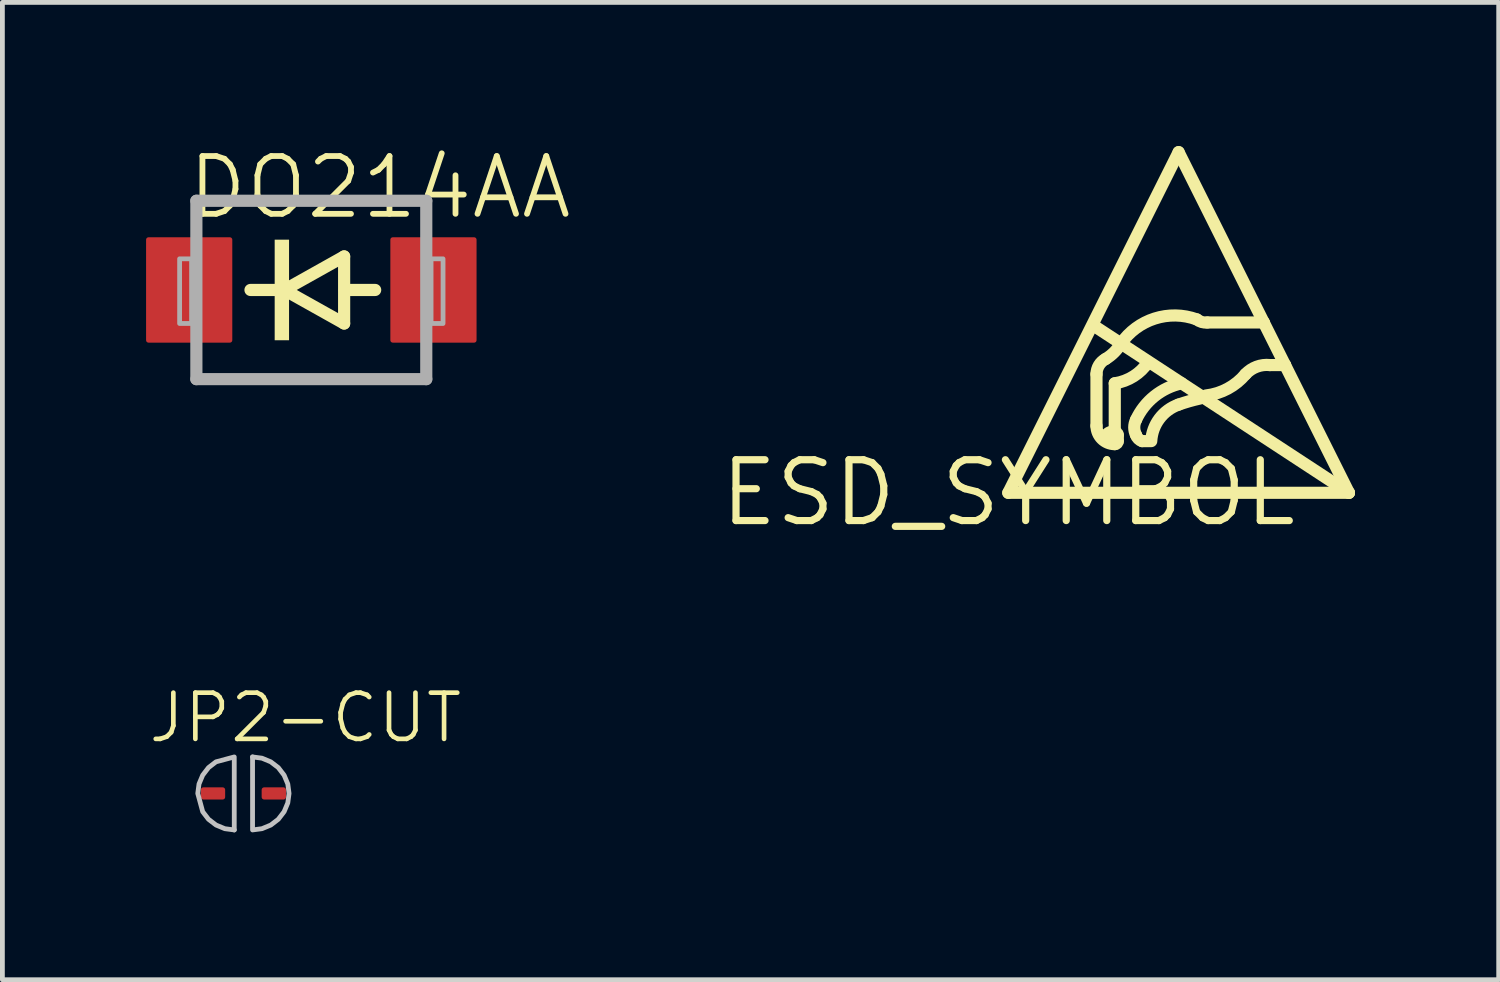
<source format=kicad_pcb>
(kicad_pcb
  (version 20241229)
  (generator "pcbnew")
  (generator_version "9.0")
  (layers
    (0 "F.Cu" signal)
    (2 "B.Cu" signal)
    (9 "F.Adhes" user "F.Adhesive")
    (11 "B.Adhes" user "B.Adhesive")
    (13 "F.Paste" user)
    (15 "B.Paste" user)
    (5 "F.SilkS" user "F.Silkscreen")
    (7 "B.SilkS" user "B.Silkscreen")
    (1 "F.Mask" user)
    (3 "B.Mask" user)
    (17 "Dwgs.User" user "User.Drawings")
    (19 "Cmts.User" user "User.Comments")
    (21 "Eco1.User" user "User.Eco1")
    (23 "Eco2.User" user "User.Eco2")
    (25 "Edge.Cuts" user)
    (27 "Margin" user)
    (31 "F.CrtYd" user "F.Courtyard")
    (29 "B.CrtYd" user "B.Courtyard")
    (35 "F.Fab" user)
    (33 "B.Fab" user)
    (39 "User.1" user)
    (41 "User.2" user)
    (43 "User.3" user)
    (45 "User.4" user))
  (footprint "ESD_SYMBOL"
    (layer "F.Cu")
    (at 18.002 7.239)
    (property "Reference" "ESD_SYMBOL" (at 0 0 0) (layer "F.SilkS") (effects (font (size 1.27 1.27) (thickness 0.15))))
    (attr through_hole)
    (fp_line (start 0 0) (end 7.112 0) (stroke (width 0.254) (type solid)) (layer "F.SilkS"))
    (fp_line (start 1.778 -3.493) (end 7.112 0) (stroke (width 0.254) (type solid)) (layer "F.SilkS"))
    (fp_line (start 1.841 -2.477) (end 1.841 -1.397) (stroke (width 0.254) (type solid)) (layer "F.SilkS"))
    (fp_line (start 2.223 -1.27) (end 2.159 -1.27) (stroke (width 0.254) (type solid)) (layer "F.SilkS"))
    (fp_line (start 2.223 -1.27) (end 2.223 -2.286) (stroke (width 0.254) (type solid)) (layer "F.SilkS"))
    (fp_line (start 2.286 -1.079) (end 2.286 -1.206) (stroke (width 0.254) (type solid)) (layer "F.SilkS"))
    (fp_line (start 2.794 -1.079) (end 2.946 -1.079) (stroke (width 0.254) (type solid)) (layer "F.SilkS"))
    (fp_line (start 3.556 -7.112) (end 0 0) (stroke (width 0.254) (type solid)) (layer "F.SilkS"))
    (fp_line (start 4.154 -3.556) (end 5.334 -3.556) (stroke (width 0.254) (type solid)) (layer "F.SilkS"))
    (fp_line (start 5.334 -3.556) (end 3.556 -7.112) (stroke (width 0.254) (type solid)) (layer "F.SilkS"))
    (fp_line (start 5.779 -2.667) (end 5.334 -3.556) (stroke (width 0.254) (type solid)) (layer "F.SilkS"))
    (fp_line (start 5.779 -2.667) (end 5.461 -2.667) (stroke (width 0.254) (type solid)) (layer "F.SilkS"))
    (fp_line (start 7.112 0) (end 5.779 -2.667) (stroke (width 0.254) (type solid)) (layer "F.SilkS"))
    (fp_arc (start 1.841499 -2.476499) (mid 1.892745 -2.661652) (end 2.032 -2.794) (stroke (width 0.254) (type solid)) (layer "F.SilkS"))
    (fp_arc (start 2.032 -1.143) (mid 2.069197 -1.232803) (end 2.159 -1.27) (stroke (width 0.254) (type solid)) (layer "F.SilkS"))
    (fp_arc (start 2.2225 -1.27) (mid 2.267401 -1.251401) (end 2.286 -1.2065) (stroke (width 0.254) (type solid)) (layer "F.SilkS"))
    (fp_arc (start 2.2225 -1.016) (mid 1.953092 -1.127592) (end 1.8415 -1.397) (stroke (width 0.254) (type solid)) (layer "F.SilkS"))
    (fp_arc (start 2.285999 -1.079499) (mid 2.26743 -1.034569) (end 2.2225 -1.016) (stroke (width 0.254) (type solid)) (layer "F.SilkS"))
    (fp_arc (start 2.3495 -3.1115) (mid 2.210301 -2.933199) (end 2.032 -2.794) (stroke (width 0.254) (type solid)) (layer "F.SilkS"))
    (fp_arc (start 2.3495 -3.1115) (mid 3.056084 -3.637891) (end 3.936999 -3.619499) (stroke (width 0.254) (type solid)) (layer "F.SilkS"))
    (fp_arc (start 2.666999 -1.524) (mid 3.053291 -2.017449) (end 3.6195 -2.286) (stroke (width 0.254) (type solid)) (layer "F.SilkS"))
    (fp_arc (start 2.667 -1.2065) (mid 2.629535 -1.36525) (end 2.667 -1.524) (stroke (width 0.254) (type solid)) (layer "F.SilkS"))
    (fp_arc (start 2.794 -1.0795) (mid 2.71551 -1.12801) (end 2.667 -1.2065) (stroke (width 0.254) (type solid)) (layer "F.SilkS"))
    (fp_arc (start 2.921 -2.7305) (mid 2.61894 -2.434094) (end 2.2225 -2.285999) (stroke (width 0.254) (type solid)) (layer "F.SilkS"))
    (fp_arc (start 2.984499 -1.079501) (mid 3.15485 -1.54705) (end 3.556 -1.8415) (stroke (width 0.254) (type solid)) (layer "F.SilkS"))
    (fp_arc (start 3.556 -1.8415) (mid 3.776318 -1.911761) (end 4.0005 -1.9685) (stroke (width 0.254) (type solid)) (layer "F.SilkS"))
    (fp_arc (start 4.153799 -3.556) (mid 4.039085 -3.566192) (end 3.937 -3.6195) (stroke (width 0.254) (type solid)) (layer "F.SilkS"))
    (fp_arc (start 4.952999 -2.4765) (mid 5.184516 -2.631706) (end 5.461 -2.667) (stroke (width 0.254) (type solid)) (layer "F.SilkS"))
    (fp_arc (start 4.953 -2.4765) (mid 4.583049 -2.174767) (end 4.1275 -2.032) (stroke (width 0.254) (type solid)) (layer "F.SilkS")))
  (footprint "DO214AA"
    (layer "F.Cu")
    (at 3.45 3.004)
    (property "Reference" "DO214AA" (at -2.64 -1.436 0) (layer "F.SilkS") (effects (font (size 1.206 1.206) (thickness 0.121)) (justify left bottom)))
    (attr through_hole)
    (fp_line (start -0.635 0) (end -1.27 0) (stroke (width 0.254) (type solid)) (layer "F.SilkS"))
    (fp_line (start -0.565 0) (end 0.685 -0.7) (stroke (width 0.254) (type solid)) (layer "F.SilkS"))
    (fp_line (start 0.685 -0.7) (end 0.685 0.7) (stroke (width 0.254) (type solid)) (layer "F.SilkS"))
    (fp_line (start 0.685 0.7) (end -0.565 0) (stroke (width 0.254) (type solid)) (layer "F.SilkS"))
    (fp_line (start 1.333 0) (end 0.699 0) (stroke (width 0.254) (type solid)) (layer "F.SilkS"))
    (fp_poly (pts (xy -0.765 1.05) (xy -0.465 1.05) (xy -0.465 -1.05) (xy -0.765 -1.05)) (stroke (width 0) (type solid)) (fill yes) (layer "F.SilkS"))
    (fp_line (start -2.4 -1.862) (end 2.4 -1.862) (stroke (width 0.254) (type solid)) (layer "F.Fab"))
    (fp_line (start -2.4 1.862) (end -2.4 -1.862) (stroke (width 0.254) (type solid)) (layer "F.Fab"))
    (fp_line (start 2.4 -1.862) (end 2.4 1.862) (stroke (width 0.254) (type solid)) (layer "F.Fab"))
    (fp_line (start 2.4 1.862) (end -2.4 1.862) (stroke (width 0.254) (type solid)) (layer "F.Fab"))
    (fp_poly (pts (xy -2.75 0.7) (xy -2.5 0.7) (xy -2.5 -0.65) (xy -2.75 -0.65)) (stroke (width 0.1) (type solid)) (fill no) (layer "F.Fab"))
    (fp_poly (pts (xy 2.5 0.7) (xy 2.75 0.7) (xy 2.75 -0.65) (xy 2.5 -0.65)) (stroke (width 0.1) (type solid)) (fill no) (layer "F.Fab"))
    (pad "A" smd roundrect (at 2.55 0) (size 1.8 2.2) (layers "F.Cu" "F.Mask" "F.Paste") (roundrect_rratio 0.028))
    (pad "C" smd roundrect (at -2.55 0) (size 1.8 2.2) (layers "F.Cu" "F.Mask" "F.Paste") (roundrect_rratio 0.028)))
  (footprint "JP2-CUT"
    (layer "F.Cu")
    (at 2.032 13.516)
    (property "Reference" "JP2-CUT" (at -2.032 -1.016 0) (layer "F.SilkS") (effects (font (size 0.965 0.965) (thickness 0.097)) (justify left bottom)))
    (attr through_hole)
    (fp_poly (pts (xy 0 -0.889) (xy -0.191 -0.889) (xy -0.19 -0.889) (xy -0.421 -0.859) (xy -0.635 -0.77) (xy -0.819 -0.629) (xy -0.96 -0.445) (xy -1.049 -0.23) (xy -1.079 0) (xy -1.079 -0.000001) (xy -1.049 0.23) (xy -0.96 0.445) (xy -0.819 0.629) (xy -0.635 0.77) (xy -0.191 0.889) (xy 0 0.889)) (stroke (width 0) (type solid)) (fill yes) (layer "F.Mask"))
    (fp_poly (pts (xy 0 0.889) (xy 0.191 0.889) (xy 0.19 0.889) (xy 0.421 0.859) (xy 0.635 0.77) (xy 0.819 0.629) (xy 0.96 0.445) (xy 1.049 0.23) (xy 1.079 0) (xy 1.079 0.000001) (xy 1.049 -0.23) (xy 0.96 -0.445) (xy 0.819 -0.629) (xy 0.635 -0.77) (xy 0.421 -0.859) (xy 0.191 -0.889) (xy 0 -0.889)) (stroke (width 0) (type solid)) (fill yes) (layer "F.Mask"))
    (fp_poly (pts (xy -0.191 -0.762) (xy -0.191 0.762) (xy -0.19 0.762) (xy -0.388 0.736) (xy -0.571 0.66) (xy -0.729 0.539) (xy -0.85 0.381) (xy -0.953 0) (xy -0.953 0.000001) (xy -0.927 -0.197) (xy -0.85 -0.381) (xy -0.729 -0.539) (xy -0.572 -0.66)) (stroke (width 0.1) (type solid)) (fill no) (layer "Dwgs.User"))
    (fp_poly (pts (xy 0.191 0.762) (xy 0.191 -0.762) (xy 0.19 -0.762) (xy 0.388 -0.736) (xy 0.571 -0.66) (xy 0.729 -0.539) (xy 0.85 -0.381) (xy 0.927 -0.197) (xy 0.953 0) (xy 0.953 -0.000001) (xy 0.927 0.197) (xy 0.85 0.381) (xy 0.729 0.539) (xy 0.572 0.66) (xy 0.388 0.736)) (stroke (width 0.1) (type solid)) (fill no) (layer "Dwgs.User"))
    (pad "1" smd roundrect (at -0.635 0) (size 0.508 0.254) (layers "F.Cu" "F.Mask") (roundrect_rratio 0.2))
    (pad "2" smd roundrect (at 0.635 0) (size 0.508 0.254) (layers "F.Cu" "F.Mask") (roundrect_rratio 0.2)))
  (gr_rect
    (start -3 -3)
    (end 28.241 17.405)
    (stroke (width 0.1) (type default))
    (fill no)
    (layer "Edge.Cuts")))
</source>
